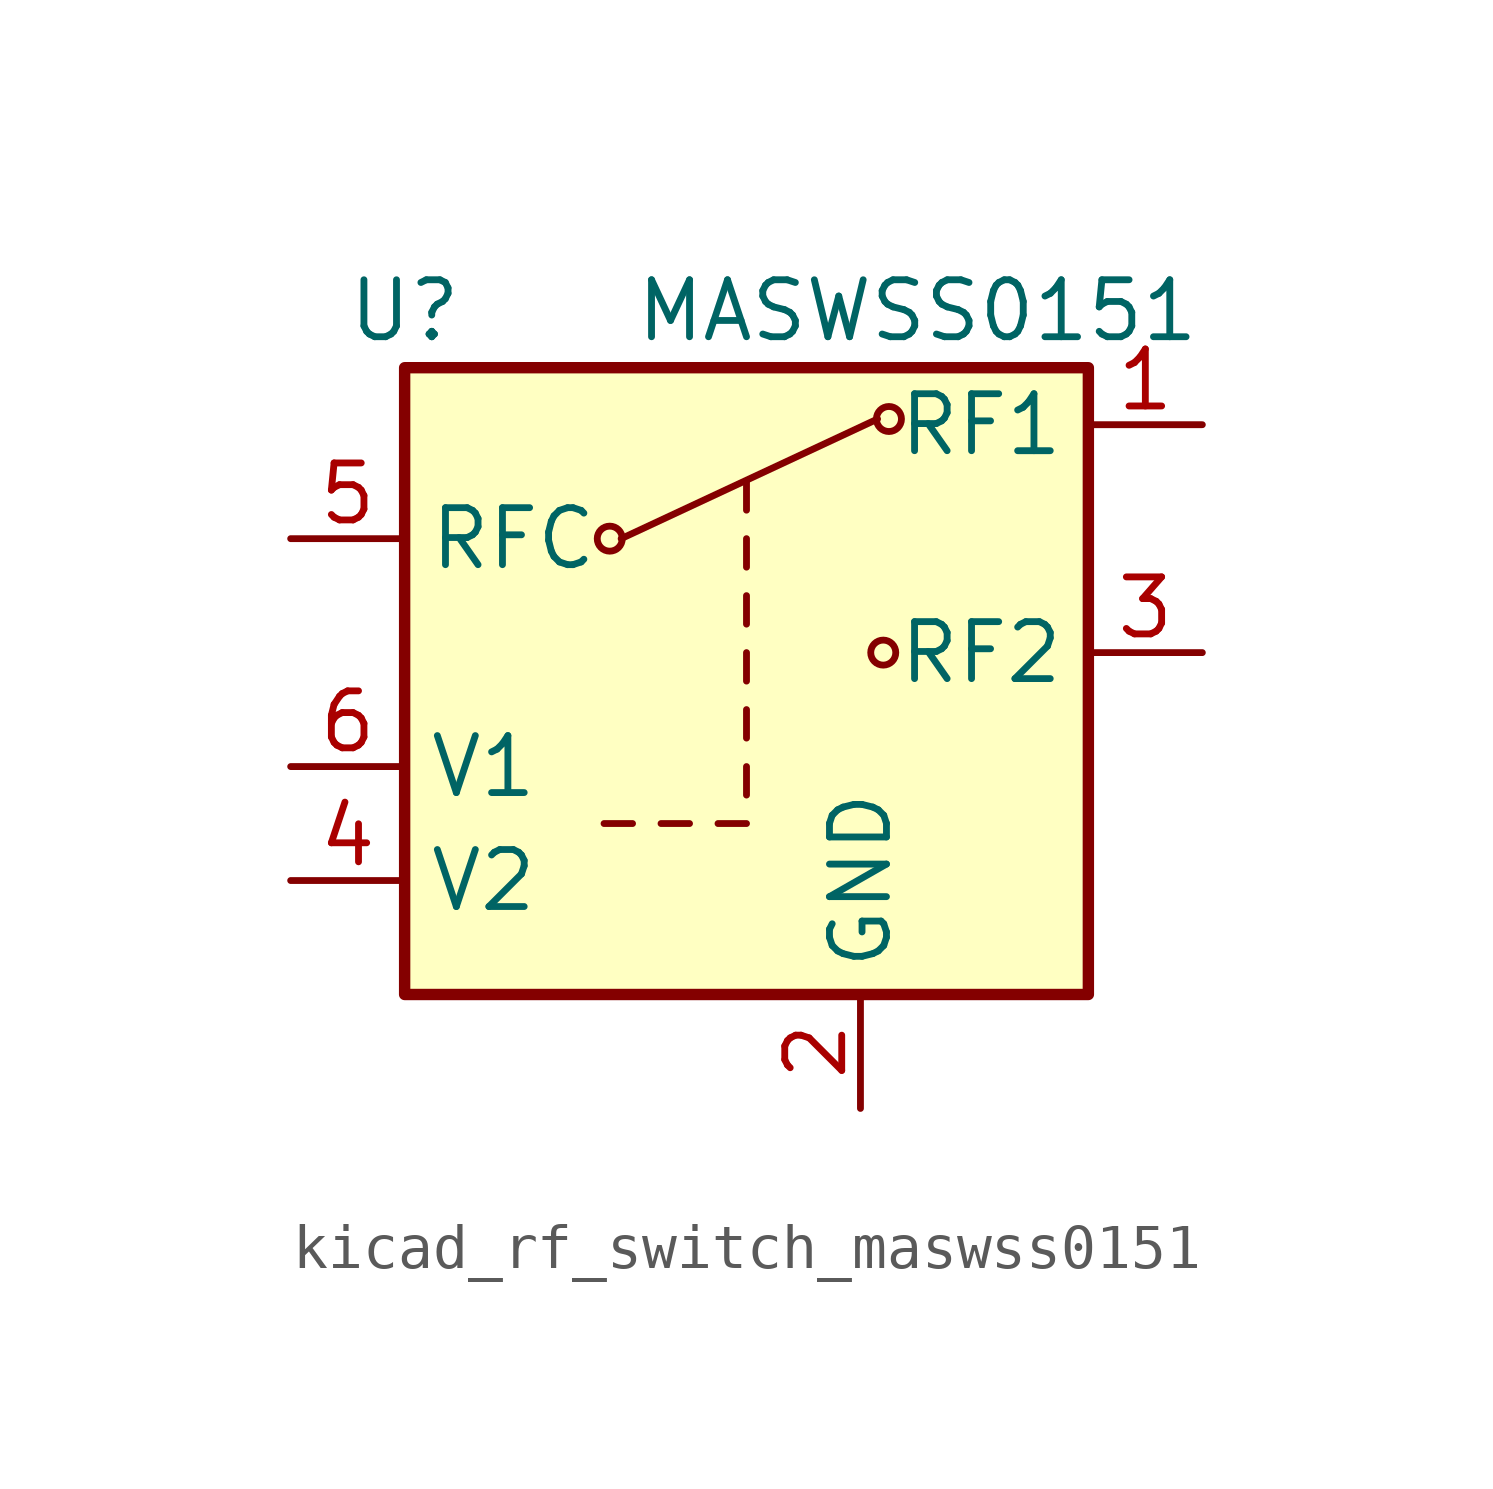
<source format=kicad_sym>
(kicad_symbol_lib
  (version 20220914)
  (generator kicad_symbol_editor)
  (symbol "kicad_rf_switch_maswss0151"
    (property "Reference" "U"
      (at -7.62 7.62 0)
      (effects (font (size 1.27 1.27))))
    (property "Value" "MASWSS0151"
      (at 3.81 7.62 0)
      (effects (font (size 1.27 1.27))))
    (symbol "kicad_rf_switch_maswss0151_0_1"
      (circle (center -3.048 2.54) (radius 0.279) (stroke (width 0) (type default)) (fill (type none)))
      (polyline (pts (xy -3.175 -3.81) (xy -2.54 -3.81)) (stroke (width 0) (type default)) (fill (type none)))
      (polyline (pts (xy -2.794 2.54) (xy 2.921 5.207)) (stroke (width 0) (type default)) (fill (type none)))
      (polyline (pts (xy -1.905 -3.81) (xy -1.27 -3.81)) (stroke (width 0) (type default)) (fill (type none)))
      (polyline (pts (xy -0.635 -3.81) (xy 0 -3.81)) (stroke (width 0) (type default)) (fill (type none)))
      (polyline (pts (xy 0 -3.175) (xy 0 -2.54)) (stroke (width 0) (type default)) (fill (type none)))
      (polyline (pts (xy 0 -1.905) (xy 0 -1.27)) (stroke (width 0) (type default)) (fill (type none)))
      (polyline (pts (xy 0 -0.635) (xy 0 0)) (stroke (width 0) (type default)) (fill (type none)))
      (polyline (pts (xy 0 0.635) (xy 0 1.27)) (stroke (width 0) (type default)) (fill (type none)))
      (polyline (pts (xy 0 1.905) (xy 0 2.54)) (stroke (width 0) (type default)) (fill (type none)))
      (polyline (pts (xy 0 3.175) (xy 0 3.81)) (stroke (width 0) (type default)) (fill (type none)))
      (circle (center 3.048 0) (radius 0.279) (stroke (width 0) (type default)) (fill (type none)))
      (circle (center 3.175 5.207) (radius 0.279) (stroke (width 0) (type default)) (fill (type none)))
      (rectangle (start 7.62 -7.62) (end -7.62 6.35) (stroke (width 0.254) (type default)) (fill (type background))))
    (symbol "kicad_rf_switch_maswss0151_1_1"
      (pin passive line (at 10.16 5.08 180) (length 2.54) (name "RF1" (effects (font (size 1.27 1.27)))) (number "1" (effects (font (size 1.27 1.27)))))
      (pin power_in line (at 2.54 -10.16 90) (length 2.54) (name "GND" (effects (font (size 1.27 1.27)))) (number "2" (effects (font (size 1.27 1.27)))))
      (pin passive line (at 10.16 0 180) (length 2.54) (name "RF2" (effects (font (size 1.27 1.27)))) (number "3" (effects (font (size 1.27 1.27)))))
      (pin input line (at -10.16 -5.08 0) (length 2.54) (name "V2" (effects (font (size 1.27 1.27)))) (number "4" (effects (font (size 1.27 1.27)))))
      (pin passive line (at -10.16 2.54 0) (length 2.54) (name "RFC" (effects (font (size 1.27 1.27)))) (number "5" (effects (font (size 1.27 1.27)))))
      (pin input line (at -10.16 -2.54 0) (length 2.54) (name "V1" (effects (font (size 1.27 1.27)))) (number "6" (effects (font (size 1.27 1.27))))))))
</source>
